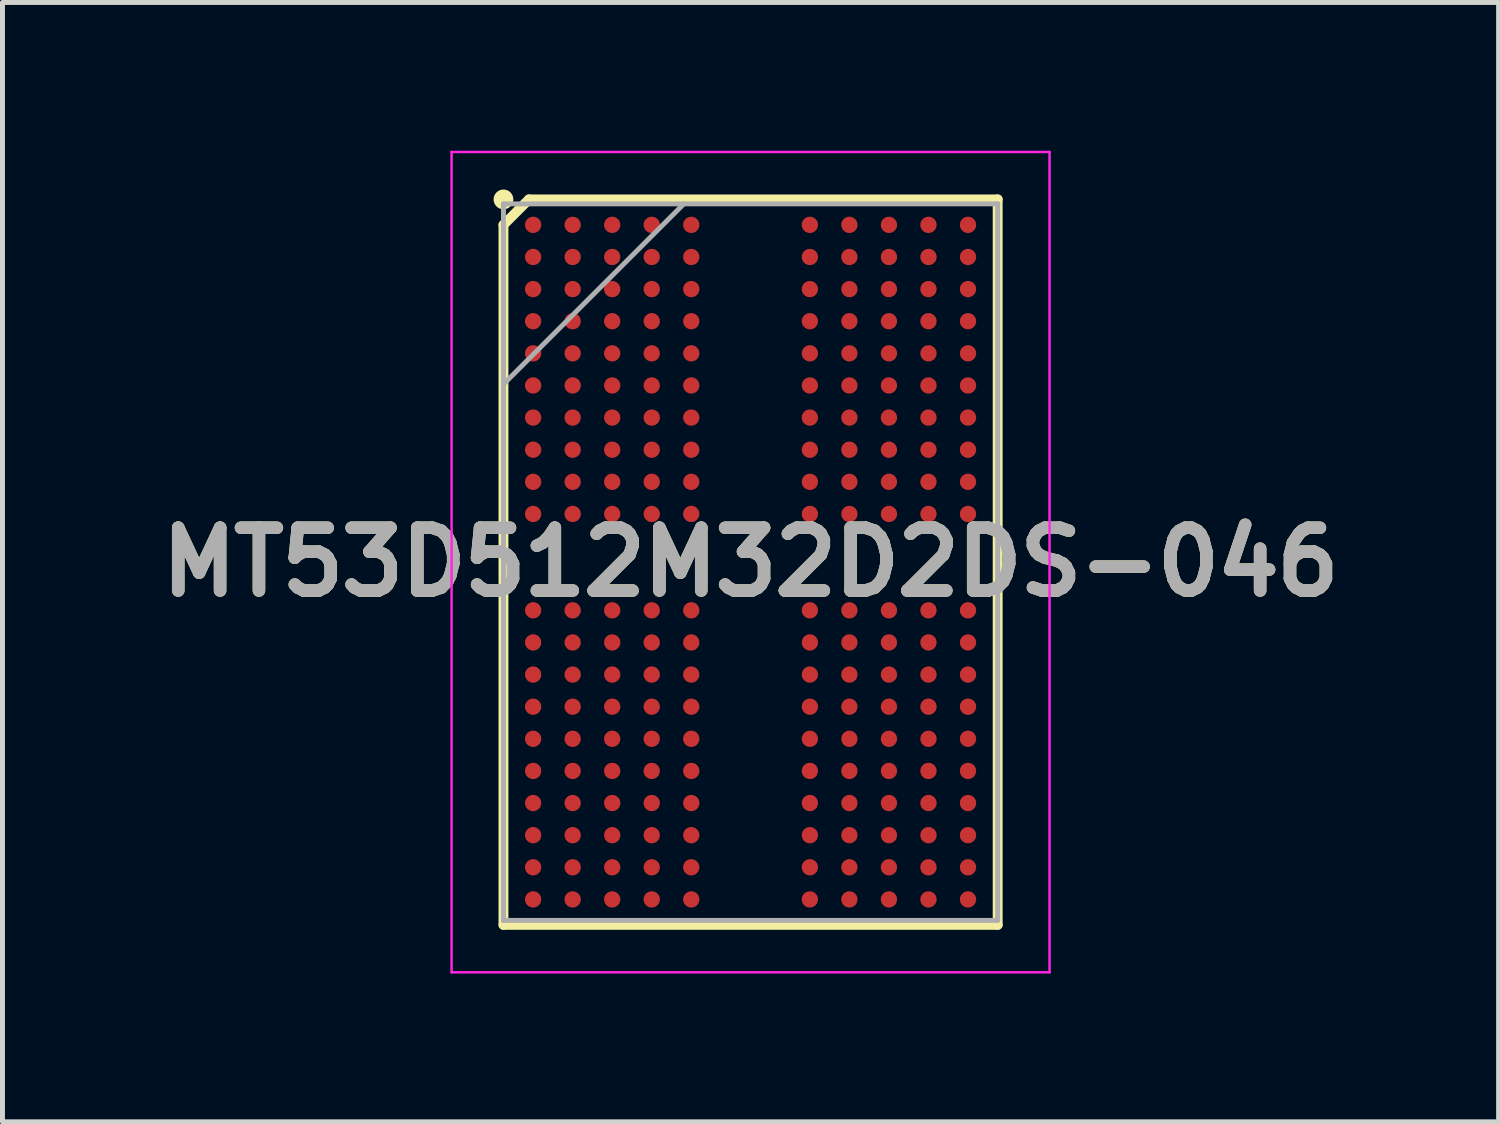
<source format=kicad_pcb>
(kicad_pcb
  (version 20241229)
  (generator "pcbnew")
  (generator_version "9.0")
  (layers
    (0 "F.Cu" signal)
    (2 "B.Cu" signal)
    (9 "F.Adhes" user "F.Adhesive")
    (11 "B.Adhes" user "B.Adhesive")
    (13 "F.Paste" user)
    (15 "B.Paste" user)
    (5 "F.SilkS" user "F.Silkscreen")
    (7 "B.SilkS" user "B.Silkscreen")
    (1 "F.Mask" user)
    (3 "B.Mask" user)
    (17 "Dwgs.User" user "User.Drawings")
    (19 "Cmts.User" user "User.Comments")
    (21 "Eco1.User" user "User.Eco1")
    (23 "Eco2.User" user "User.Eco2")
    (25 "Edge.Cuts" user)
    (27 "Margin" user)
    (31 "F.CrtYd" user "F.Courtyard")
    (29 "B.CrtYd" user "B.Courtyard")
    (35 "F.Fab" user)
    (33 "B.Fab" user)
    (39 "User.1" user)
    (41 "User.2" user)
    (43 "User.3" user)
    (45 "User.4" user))
  (footprint "MT53D512M32D2DS-046"
    (layer "F.Cu")
    (at 12.138 8.325)
    (property "Reference" "MT53D512M32D2DS-046" (at 0 0 0) (layer "F.SilkS") (effects (font (size 1.27 1.27) (thickness 0.254))))
    (attr smd)
    (fp_line (start -5 -6.825) (end -4.485 -7.34) (stroke (width 0.2) (type solid)) (layer "F.SilkS"))
    (fp_line (start -5 7.34) (end -5 -6.825) (stroke (width 0.2) (type solid)) (layer "F.SilkS"))
    (fp_line (start -4.485 -7.34) (end 5 -7.34) (stroke (width 0.2) (type solid)) (layer "F.SilkS"))
    (fp_line (start 5 -7.34) (end 5 7.34) (stroke (width 0.2) (type solid)) (layer "F.SilkS"))
    (fp_line (start 5 7.34) (end -5 7.34) (stroke (width 0.2) (type solid)) (layer "F.SilkS"))
    (fp_circle (center -5 -7.34) (end -5 -7.24) (stroke (width 0.2) (type solid)) (fill no) (layer "F.SilkS"))
    (fp_line (start -6.05 -8.3) (end 6.05 -8.3) (stroke (width 0.05) (type solid)) (layer "F.CrtYd"))
    (fp_line (start -6.05 8.3) (end -6.05 -8.3) (stroke (width 0.05) (type solid)) (layer "F.CrtYd"))
    (fp_line (start 6.05 -8.3) (end 6.05 8.3) (stroke (width 0.05) (type solid)) (layer "F.CrtYd"))
    (fp_line (start 6.05 8.3) (end -6.05 8.3) (stroke (width 0.05) (type solid)) (layer "F.CrtYd"))
    (fp_line (start -5 -7.25) (end 5 -7.25) (stroke (width 0.1) (type solid)) (layer "F.Fab"))
    (fp_line (start -5 -3.6) (end -1.35 -7.25) (stroke (width 0.1) (type solid)) (layer "F.Fab"))
    (fp_line (start -5 7.25) (end -5 -7.25) (stroke (width 0.1) (type solid)) (layer "F.Fab"))
    (fp_line (start 5 -7.25) (end 5 7.25) (stroke (width 0.1) (type solid)) (layer "F.Fab"))
    (fp_line (start 5 7.25) (end -5 7.25) (stroke (width 0.1) (type solid)) (layer "F.Fab"))
    (fp_text user "${REFERENCE}" (at 0 0 0) (layer "F.Fab") (effects (font (size 1.27 1.27) (thickness 0.254))))
    (pad "A1" smd circle (at -4.4 -6.825 90) (size 0.33 0.33) (layers "F.Cu" "F.Mask" "F.Paste"))
    (pad "A2" smd circle (at -3.6 -6.825 90) (size 0.33 0.33) (layers "F.Cu" "F.Mask" "F.Paste"))
    (pad "A3" smd circle (at -2.8 -6.825 90) (size 0.33 0.33) (layers "F.Cu" "F.Mask" "F.Paste"))
    (pad "A4" smd circle (at -2 -6.825 90) (size 0.33 0.33) (layers "F.Cu" "F.Mask" "F.Paste"))
    (pad "A5" smd circle (at -1.2 -6.825 90) (size 0.33 0.33) (layers "F.Cu" "F.Mask" "F.Paste"))
    (pad "A8" smd circle (at 1.2 -6.825 90) (size 0.33 0.33) (layers "F.Cu" "F.Mask" "F.Paste"))
    (pad "A9" smd circle (at 2 -6.825 90) (size 0.33 0.33) (layers "F.Cu" "F.Mask" "F.Paste"))
    (pad "A10" smd circle (at 2.8 -6.825 90) (size 0.33 0.33) (layers "F.Cu" "F.Mask" "F.Paste"))
    (pad "A11" smd circle (at 3.6 -6.825 90) (size 0.33 0.33) (layers "F.Cu" "F.Mask" "F.Paste"))
    (pad "A12" smd circle (at 4.4 -6.825 90) (size 0.33 0.33) (layers "F.Cu" "F.Mask" "F.Paste"))
    (pad "AA1" smd circle (at -4.4 6.175 90) (size 0.33 0.33) (layers "F.Cu" "F.Mask" "F.Paste"))
    (pad "AA2" smd circle (at -3.6 6.175 90) (size 0.33 0.33) (layers "F.Cu" "F.Mask" "F.Paste"))
    (pad "AA3" smd circle (at -2.8 6.175 90) (size 0.33 0.33) (layers "F.Cu" "F.Mask" "F.Paste"))
    (pad "AA4" smd circle (at -2 6.175 90) (size 0.33 0.33) (layers "F.Cu" "F.Mask" "F.Paste"))
    (pad "AA5" smd circle (at -1.2 6.175 90) (size 0.33 0.33) (layers "F.Cu" "F.Mask" "F.Paste"))
    (pad "AA8" smd circle (at 1.2 6.175 90) (size 0.33 0.33) (layers "F.Cu" "F.Mask" "F.Paste"))
    (pad "AA9" smd circle (at 2 6.175 90) (size 0.33 0.33) (layers "F.Cu" "F.Mask" "F.Paste"))
    (pad "AA10" smd circle (at 2.8 6.175 90) (size 0.33 0.33) (layers "F.Cu" "F.Mask" "F.Paste"))
    (pad "AA11" smd circle (at 3.6 6.175 90) (size 0.33 0.33) (layers "F.Cu" "F.Mask" "F.Paste"))
    (pad "AA12" smd circle (at 4.4 6.175 90) (size 0.33 0.33) (layers "F.Cu" "F.Mask" "F.Paste"))
    (pad "AB1" smd circle (at -4.4 6.825 90) (size 0.33 0.33) (layers "F.Cu" "F.Mask" "F.Paste"))
    (pad "AB2" smd circle (at -3.6 6.825 90) (size 0.33 0.33) (layers "F.Cu" "F.Mask" "F.Paste"))
    (pad "AB3" smd circle (at -2.8 6.825 90) (size 0.33 0.33) (layers "F.Cu" "F.Mask" "F.Paste"))
    (pad "AB4" smd circle (at -2 6.825 90) (size 0.33 0.33) (layers "F.Cu" "F.Mask" "F.Paste"))
    (pad "AB5" smd circle (at -1.2 6.825 90) (size 0.33 0.33) (layers "F.Cu" "F.Mask" "F.Paste"))
    (pad "AB8" smd circle (at 1.2 6.825 90) (size 0.33 0.33) (layers "F.Cu" "F.Mask" "F.Paste"))
    (pad "AB9" smd circle (at 2 6.825 90) (size 0.33 0.33) (layers "F.Cu" "F.Mask" "F.Paste"))
    (pad "AB10" smd circle (at 2.8 6.825 90) (size 0.33 0.33) (layers "F.Cu" "F.Mask" "F.Paste"))
    (pad "AB11" smd circle (at 3.6 6.825 90) (size 0.33 0.33) (layers "F.Cu" "F.Mask" "F.Paste"))
    (pad "AB12" smd circle (at 4.4 6.825 90) (size 0.33 0.33) (layers "F.Cu" "F.Mask" "F.Paste"))
    (pad "B1" smd circle (at -4.4 -6.175 90) (size 0.33 0.33) (layers "F.Cu" "F.Mask" "F.Paste"))
    (pad "B2" smd circle (at -3.6 -6.175 90) (size 0.33 0.33) (layers "F.Cu" "F.Mask" "F.Paste"))
    (pad "B3" smd circle (at -2.8 -6.175 90) (size 0.33 0.33) (layers "F.Cu" "F.Mask" "F.Paste"))
    (pad "B4" smd circle (at -2 -6.175 90) (size 0.33 0.33) (layers "F.Cu" "F.Mask" "F.Paste"))
    (pad "B5" smd circle (at -1.2 -6.175 90) (size 0.33 0.33) (layers "F.Cu" "F.Mask" "F.Paste"))
    (pad "B8" smd circle (at 1.2 -6.175 90) (size 0.33 0.33) (layers "F.Cu" "F.Mask" "F.Paste"))
    (pad "B9" smd circle (at 2 -6.175 90) (size 0.33 0.33) (layers "F.Cu" "F.Mask" "F.Paste"))
    (pad "B10" smd circle (at 2.8 -6.175 90) (size 0.33 0.33) (layers "F.Cu" "F.Mask" "F.Paste"))
    (pad "B11" smd circle (at 3.6 -6.175 90) (size 0.33 0.33) (layers "F.Cu" "F.Mask" "F.Paste"))
    (pad "B12" smd circle (at 4.4 -6.175 90) (size 0.33 0.33) (layers "F.Cu" "F.Mask" "F.Paste"))
    (pad "C1" smd circle (at -4.4 -5.525 90) (size 0.33 0.33) (layers "F.Cu" "F.Mask" "F.Paste"))
    (pad "C2" smd circle (at -3.6 -5.525 90) (size 0.33 0.33) (layers "F.Cu" "F.Mask" "F.Paste"))
    (pad "C3" smd circle (at -2.8 -5.525 90) (size 0.33 0.33) (layers "F.Cu" "F.Mask" "F.Paste"))
    (pad "C4" smd circle (at -2 -5.525 90) (size 0.33 0.33) (layers "F.Cu" "F.Mask" "F.Paste"))
    (pad "C5" smd circle (at -1.2 -5.525 90) (size 0.33 0.33) (layers "F.Cu" "F.Mask" "F.Paste"))
    (pad "C8" smd circle (at 1.2 -5.525 90) (size 0.33 0.33) (layers "F.Cu" "F.Mask" "F.Paste"))
    (pad "C9" smd circle (at 2 -5.525 90) (size 0.33 0.33) (layers "F.Cu" "F.Mask" "F.Paste"))
    (pad "C10" smd circle (at 2.8 -5.525 90) (size 0.33 0.33) (layers "F.Cu" "F.Mask" "F.Paste"))
    (pad "C11" smd circle (at 3.6 -5.525 90) (size 0.33 0.33) (layers "F.Cu" "F.Mask" "F.Paste"))
    (pad "C12" smd circle (at 4.4 -5.525 90) (size 0.33 0.33) (layers "F.Cu" "F.Mask" "F.Paste"))
    (pad "D1" smd circle (at -4.4 -4.875 90) (size 0.33 0.33) (layers "F.Cu" "F.Mask" "F.Paste"))
    (pad "D2" smd circle (at -3.6 -4.875 90) (size 0.33 0.33) (layers "F.Cu" "F.Mask" "F.Paste"))
    (pad "D3" smd circle (at -2.8 -4.875 90) (size 0.33 0.33) (layers "F.Cu" "F.Mask" "F.Paste"))
    (pad "D4" smd circle (at -2 -4.875 90) (size 0.33 0.33) (layers "F.Cu" "F.Mask" "F.Paste"))
    (pad "D5" smd circle (at -1.2 -4.875 90) (size 0.33 0.33) (layers "F.Cu" "F.Mask" "F.Paste"))
    (pad "D8" smd circle (at 1.2 -4.875 90) (size 0.33 0.33) (layers "F.Cu" "F.Mask" "F.Paste"))
    (pad "D9" smd circle (at 2 -4.875 90) (size 0.33 0.33) (layers "F.Cu" "F.Mask" "F.Paste"))
    (pad "D10" smd circle (at 2.8 -4.875 90) (size 0.33 0.33) (layers "F.Cu" "F.Mask" "F.Paste"))
    (pad "D11" smd circle (at 3.6 -4.875 90) (size 0.33 0.33) (layers "F.Cu" "F.Mask" "F.Paste"))
    (pad "D12" smd circle (at 4.4 -4.875 90) (size 0.33 0.33) (layers "F.Cu" "F.Mask" "F.Paste"))
    (pad "E1" smd circle (at -4.4 -4.225 90) (size 0.33 0.33) (layers "F.Cu" "F.Mask" "F.Paste"))
    (pad "E2" smd circle (at -3.6 -4.225 90) (size 0.33 0.33) (layers "F.Cu" "F.Mask" "F.Paste"))
    (pad "E3" smd circle (at -2.8 -4.225 90) (size 0.33 0.33) (layers "F.Cu" "F.Mask" "F.Paste"))
    (pad "E4" smd circle (at -2 -4.225 90) (size 0.33 0.33) (layers "F.Cu" "F.Mask" "F.Paste"))
    (pad "E5" smd circle (at -1.2 -4.225 90) (size 0.33 0.33) (layers "F.Cu" "F.Mask" "F.Paste"))
    (pad "E8" smd circle (at 1.2 -4.225 90) (size 0.33 0.33) (layers "F.Cu" "F.Mask" "F.Paste"))
    (pad "E9" smd circle (at 2 -4.225 90) (size 0.33 0.33) (layers "F.Cu" "F.Mask" "F.Paste"))
    (pad "E10" smd circle (at 2.8 -4.225 90) (size 0.33 0.33) (layers "F.Cu" "F.Mask" "F.Paste"))
    (pad "E11" smd circle (at 3.6 -4.225 90) (size 0.33 0.33) (layers "F.Cu" "F.Mask" "F.Paste"))
    (pad "E12" smd circle (at 4.4 -4.225 90) (size 0.33 0.33) (layers "F.Cu" "F.Mask" "F.Paste"))
    (pad "F1" smd circle (at -4.4 -3.575 90) (size 0.33 0.33) (layers "F.Cu" "F.Mask" "F.Paste"))
    (pad "F2" smd circle (at -3.6 -3.575 90) (size 0.33 0.33) (layers "F.Cu" "F.Mask" "F.Paste"))
    (pad "F3" smd circle (at -2.8 -3.575 90) (size 0.33 0.33) (layers "F.Cu" "F.Mask" "F.Paste"))
    (pad "F4" smd circle (at -2 -3.575 90) (size 0.33 0.33) (layers "F.Cu" "F.Mask" "F.Paste"))
    (pad "F5" smd circle (at -1.2 -3.575 90) (size 0.33 0.33) (layers "F.Cu" "F.Mask" "F.Paste"))
    (pad "F8" smd circle (at 1.2 -3.575 90) (size 0.33 0.33) (layers "F.Cu" "F.Mask" "F.Paste"))
    (pad "F9" smd circle (at 2 -3.575 90) (size 0.33 0.33) (layers "F.Cu" "F.Mask" "F.Paste"))
    (pad "F10" smd circle (at 2.8 -3.575 90) (size 0.33 0.33) (layers "F.Cu" "F.Mask" "F.Paste"))
    (pad "F11" smd circle (at 3.6 -3.575 90) (size 0.33 0.33) (layers "F.Cu" "F.Mask" "F.Paste"))
    (pad "F12" smd circle (at 4.4 -3.575 90) (size 0.33 0.33) (layers "F.Cu" "F.Mask" "F.Paste"))
    (pad "G1" smd circle (at -4.4 -2.925 90) (size 0.33 0.33) (layers "F.Cu" "F.Mask" "F.Paste"))
    (pad "G2" smd circle (at -3.6 -2.925 90) (size 0.33 0.33) (layers "F.Cu" "F.Mask" "F.Paste"))
    (pad "G3" smd circle (at -2.8 -2.925 90) (size 0.33 0.33) (layers "F.Cu" "F.Mask" "F.Paste"))
    (pad "G4" smd circle (at -2 -2.925 90) (size 0.33 0.33) (layers "F.Cu" "F.Mask" "F.Paste"))
    (pad "G5" smd circle (at -1.2 -2.925 90) (size 0.33 0.33) (layers "F.Cu" "F.Mask" "F.Paste"))
    (pad "G8" smd circle (at 1.2 -2.925 90) (size 0.33 0.33) (layers "F.Cu" "F.Mask" "F.Paste"))
    (pad "G9" smd circle (at 2 -2.925 90) (size 0.33 0.33) (layers "F.Cu" "F.Mask" "F.Paste"))
    (pad "G10" smd circle (at 2.8 -2.925 90) (size 0.33 0.33) (layers "F.Cu" "F.Mask" "F.Paste"))
    (pad "G11" smd circle (at 3.6 -2.925 90) (size 0.33 0.33) (layers "F.Cu" "F.Mask" "F.Paste"))
    (pad "G12" smd circle (at 4.4 -2.925 90) (size 0.33 0.33) (layers "F.Cu" "F.Mask" "F.Paste"))
    (pad "H1" smd circle (at -4.4 -2.275 90) (size 0.33 0.33) (layers "F.Cu" "F.Mask" "F.Paste"))
    (pad "H2" smd circle (at -3.6 -2.275 90) (size 0.33 0.33) (layers "F.Cu" "F.Mask" "F.Paste"))
    (pad "H3" smd circle (at -2.8 -2.275 90) (size 0.33 0.33) (layers "F.Cu" "F.Mask" "F.Paste"))
    (pad "H4" smd circle (at -2 -2.275 90) (size 0.33 0.33) (layers "F.Cu" "F.Mask" "F.Paste"))
    (pad "H5" smd circle (at -1.2 -2.275 90) (size 0.33 0.33) (layers "F.Cu" "F.Mask" "F.Paste"))
    (pad "H8" smd circle (at 1.2 -2.275 90) (size 0.33 0.33) (layers "F.Cu" "F.Mask" "F.Paste"))
    (pad "H9" smd circle (at 2 -2.275 90) (size 0.33 0.33) (layers "F.Cu" "F.Mask" "F.Paste"))
    (pad "H10" smd circle (at 2.8 -2.275 90) (size 0.33 0.33) (layers "F.Cu" "F.Mask" "F.Paste"))
    (pad "H11" smd circle (at 3.6 -2.275 90) (size 0.33 0.33) (layers "F.Cu" "F.Mask" "F.Paste"))
    (pad "H12" smd circle (at 4.4 -2.275 90) (size 0.33 0.33) (layers "F.Cu" "F.Mask" "F.Paste"))
    (pad "J1" smd circle (at -4.4 -1.625 90) (size 0.33 0.33) (layers "F.Cu" "F.Mask" "F.Paste"))
    (pad "J2" smd circle (at -3.6 -1.625 90) (size 0.33 0.33) (layers "F.Cu" "F.Mask" "F.Paste"))
    (pad "J3" smd circle (at -2.8 -1.625 90) (size 0.33 0.33) (layers "F.Cu" "F.Mask" "F.Paste"))
    (pad "J4" smd circle (at -2 -1.625 90) (size 0.33 0.33) (layers "F.Cu" "F.Mask" "F.Paste"))
    (pad "J5" smd circle (at -1.2 -1.625 90) (size 0.33 0.33) (layers "F.Cu" "F.Mask" "F.Paste"))
    (pad "J8" smd circle (at 1.2 -1.625 90) (size 0.33 0.33) (layers "F.Cu" "F.Mask" "F.Paste"))
    (pad "J9" smd circle (at 2 -1.625 90) (size 0.33 0.33) (layers "F.Cu" "F.Mask" "F.Paste"))
    (pad "J10" smd circle (at 2.8 -1.625 90) (size 0.33 0.33) (layers "F.Cu" "F.Mask" "F.Paste"))
    (pad "J11" smd circle (at 3.6 -1.625 90) (size 0.33 0.33) (layers "F.Cu" "F.Mask" "F.Paste"))
    (pad "J12" smd circle (at 4.4 -1.625 90) (size 0.33 0.33) (layers "F.Cu" "F.Mask" "F.Paste"))
    (pad "K1" smd circle (at -4.4 -0.975 90) (size 0.33 0.33) (layers "F.Cu" "F.Mask" "F.Paste"))
    (pad "K2" smd circle (at -3.6 -0.975 90) (size 0.33 0.33) (layers "F.Cu" "F.Mask" "F.Paste"))
    (pad "K3" smd circle (at -2.8 -0.975 90) (size 0.33 0.33) (layers "F.Cu" "F.Mask" "F.Paste"))
    (pad "K4" smd circle (at -2 -0.975 90) (size 0.33 0.33) (layers "F.Cu" "F.Mask" "F.Paste"))
    (pad "K5" smd circle (at -1.2 -0.975 90) (size 0.33 0.33) (layers "F.Cu" "F.Mask" "F.Paste"))
    (pad "K8" smd circle (at 1.2 -0.975 90) (size 0.33 0.33) (layers "F.Cu" "F.Mask" "F.Paste"))
    (pad "K9" smd circle (at 2 -0.975 90) (size 0.33 0.33) (layers "F.Cu" "F.Mask" "F.Paste"))
    (pad "K10" smd circle (at 2.8 -0.975 90) (size 0.33 0.33) (layers "F.Cu" "F.Mask" "F.Paste"))
    (pad "K11" smd circle (at 3.6 -0.975 90) (size 0.33 0.33) (layers "F.Cu" "F.Mask" "F.Paste"))
    (pad "K12" smd circle (at 4.4 -0.975 90) (size 0.33 0.33) (layers "F.Cu" "F.Mask" "F.Paste"))
    (pad "N1" smd circle (at -4.4 0.975 90) (size 0.33 0.33) (layers "F.Cu" "F.Mask" "F.Paste"))
    (pad "N2" smd circle (at -3.6 0.975 90) (size 0.33 0.33) (layers "F.Cu" "F.Mask" "F.Paste"))
    (pad "N3" smd circle (at -2.8 0.975 90) (size 0.33 0.33) (layers "F.Cu" "F.Mask" "F.Paste"))
    (pad "N4" smd circle (at -2 0.975 90) (size 0.33 0.33) (layers "F.Cu" "F.Mask" "F.Paste"))
    (pad "N5" smd circle (at -1.2 0.975 90) (size 0.33 0.33) (layers "F.Cu" "F.Mask" "F.Paste"))
    (pad "N8" smd circle (at 1.2 0.975 90) (size 0.33 0.33) (layers "F.Cu" "F.Mask" "F.Paste"))
    (pad "N9" smd circle (at 2 0.975 90) (size 0.33 0.33) (layers "F.Cu" "F.Mask" "F.Paste"))
    (pad "N10" smd circle (at 2.8 0.975 90) (size 0.33 0.33) (layers "F.Cu" "F.Mask" "F.Paste"))
    (pad "N11" smd circle (at 3.6 0.975 90) (size 0.33 0.33) (layers "F.Cu" "F.Mask" "F.Paste"))
    (pad "N12" smd circle (at 4.4 0.975 90) (size 0.33 0.33) (layers "F.Cu" "F.Mask" "F.Paste"))
    (pad "P1" smd circle (at -4.4 1.625 90) (size 0.33 0.33) (layers "F.Cu" "F.Mask" "F.Paste"))
    (pad "P2" smd circle (at -3.6 1.625 90) (size 0.33 0.33) (layers "F.Cu" "F.Mask" "F.Paste"))
    (pad "P3" smd circle (at -2.8 1.625 90) (size 0.33 0.33) (layers "F.Cu" "F.Mask" "F.Paste"))
    (pad "P4" smd circle (at -2 1.625 90) (size 0.33 0.33) (layers "F.Cu" "F.Mask" "F.Paste"))
    (pad "P5" smd circle (at -1.2 1.625 90) (size 0.33 0.33) (layers "F.Cu" "F.Mask" "F.Paste"))
    (pad "P8" smd circle (at 1.2 1.625 90) (size 0.33 0.33) (layers "F.Cu" "F.Mask" "F.Paste"))
    (pad "P9" smd circle (at 2 1.625 90) (size 0.33 0.33) (layers "F.Cu" "F.Mask" "F.Paste"))
    (pad "P10" smd circle (at 2.8 1.625 90) (size 0.33 0.33) (layers "F.Cu" "F.Mask" "F.Paste"))
    (pad "P11" smd circle (at 3.6 1.625 90) (size 0.33 0.33) (layers "F.Cu" "F.Mask" "F.Paste"))
    (pad "P12" smd circle (at 4.4 1.625 90) (size 0.33 0.33) (layers "F.Cu" "F.Mask" "F.Paste"))
    (pad "R1" smd circle (at -4.4 2.275 90) (size 0.33 0.33) (layers "F.Cu" "F.Mask" "F.Paste"))
    (pad "R2" smd circle (at -3.6 2.275 90) (size 0.33 0.33) (layers "F.Cu" "F.Mask" "F.Paste"))
    (pad "R3" smd circle (at -2.8 2.275 90) (size 0.33 0.33) (layers "F.Cu" "F.Mask" "F.Paste"))
    (pad "R4" smd circle (at -2 2.275 90) (size 0.33 0.33) (layers "F.Cu" "F.Mask" "F.Paste"))
    (pad "R5" smd circle (at -1.2 2.275 90) (size 0.33 0.33) (layers "F.Cu" "F.Mask" "F.Paste"))
    (pad "R8" smd circle (at 1.2 2.275 90) (size 0.33 0.33) (layers "F.Cu" "F.Mask" "F.Paste"))
    (pad "R9" smd circle (at 2 2.275 90) (size 0.33 0.33) (layers "F.Cu" "F.Mask" "F.Paste"))
    (pad "R10" smd circle (at 2.8 2.275 90) (size 0.33 0.33) (layers "F.Cu" "F.Mask" "F.Paste"))
    (pad "R11" smd circle (at 3.6 2.275 90) (size 0.33 0.33) (layers "F.Cu" "F.Mask" "F.Paste"))
    (pad "R12" smd circle (at 4.4 2.275 90) (size 0.33 0.33) (layers "F.Cu" "F.Mask" "F.Paste"))
    (pad "T1" smd circle (at -4.4 2.925 90) (size 0.33 0.33) (layers "F.Cu" "F.Mask" "F.Paste"))
    (pad "T2" smd circle (at -3.6 2.925 90) (size 0.33 0.33) (layers "F.Cu" "F.Mask" "F.Paste"))
    (pad "T3" smd circle (at -2.8 2.925 90) (size 0.33 0.33) (layers "F.Cu" "F.Mask" "F.Paste"))
    (pad "T4" smd circle (at -2 2.925 90) (size 0.33 0.33) (layers "F.Cu" "F.Mask" "F.Paste"))
    (pad "T5" smd circle (at -1.2 2.925 90) (size 0.33 0.33) (layers "F.Cu" "F.Mask" "F.Paste"))
    (pad "T8" smd circle (at 1.2 2.925 90) (size 0.33 0.33) (layers "F.Cu" "F.Mask" "F.Paste"))
    (pad "T9" smd circle (at 2 2.925 90) (size 0.33 0.33) (layers "F.Cu" "F.Mask" "F.Paste"))
    (pad "T10" smd circle (at 2.8 2.925 90) (size 0.33 0.33) (layers "F.Cu" "F.Mask" "F.Paste"))
    (pad "T11" smd circle (at 3.6 2.925 90) (size 0.33 0.33) (layers "F.Cu" "F.Mask" "F.Paste"))
    (pad "T12" smd circle (at 4.4 2.925 90) (size 0.33 0.33) (layers "F.Cu" "F.Mask" "F.Paste"))
    (pad "U1" smd circle (at -4.4 3.575 90) (size 0.33 0.33) (layers "F.Cu" "F.Mask" "F.Paste"))
    (pad "U2" smd circle (at -3.6 3.575 90) (size 0.33 0.33) (layers "F.Cu" "F.Mask" "F.Paste"))
    (pad "U3" smd circle (at -2.8 3.575 90) (size 0.33 0.33) (layers "F.Cu" "F.Mask" "F.Paste"))
    (pad "U4" smd circle (at -2 3.575 90) (size 0.33 0.33) (layers "F.Cu" "F.Mask" "F.Paste"))
    (pad "U5" smd circle (at -1.2 3.575 90) (size 0.33 0.33) (layers "F.Cu" "F.Mask" "F.Paste"))
    (pad "U8" smd circle (at 1.2 3.575 90) (size 0.33 0.33) (layers "F.Cu" "F.Mask" "F.Paste"))
    (pad "U9" smd circle (at 2 3.575 90) (size 0.33 0.33) (layers "F.Cu" "F.Mask" "F.Paste"))
    (pad "U10" smd circle (at 2.8 3.575 90) (size 0.33 0.33) (layers "F.Cu" "F.Mask" "F.Paste"))
    (pad "U11" smd circle (at 3.6 3.575 90) (size 0.33 0.33) (layers "F.Cu" "F.Mask" "F.Paste"))
    (pad "U12" smd circle (at 4.4 3.575 90) (size 0.33 0.33) (layers "F.Cu" "F.Mask" "F.Paste"))
    (pad "V1" smd circle (at -4.4 4.225 90) (size 0.33 0.33) (layers "F.Cu" "F.Mask" "F.Paste"))
    (pad "V2" smd circle (at -3.6 4.225 90) (size 0.33 0.33) (layers "F.Cu" "F.Mask" "F.Paste"))
    (pad "V3" smd circle (at -2.8 4.225 90) (size 0.33 0.33) (layers "F.Cu" "F.Mask" "F.Paste"))
    (pad "V4" smd circle (at -2 4.225 90) (size 0.33 0.33) (layers "F.Cu" "F.Mask" "F.Paste"))
    (pad "V5" smd circle (at -1.2 4.225 90) (size 0.33 0.33) (layers "F.Cu" "F.Mask" "F.Paste"))
    (pad "V8" smd circle (at 1.2 4.225 90) (size 0.33 0.33) (layers "F.Cu" "F.Mask" "F.Paste"))
    (pad "V9" smd circle (at 2 4.225 90) (size 0.33 0.33) (layers "F.Cu" "F.Mask" "F.Paste"))
    (pad "V10" smd circle (at 2.8 4.225 90) (size 0.33 0.33) (layers "F.Cu" "F.Mask" "F.Paste"))
    (pad "V11" smd circle (at 3.6 4.225 90) (size 0.33 0.33) (layers "F.Cu" "F.Mask" "F.Paste"))
    (pad "V12" smd circle (at 4.4 4.225 90) (size 0.33 0.33) (layers "F.Cu" "F.Mask" "F.Paste"))
    (pad "W1" smd circle (at -4.4 4.875 90) (size 0.33 0.33) (layers "F.Cu" "F.Mask" "F.Paste"))
    (pad "W2" smd circle (at -3.6 4.875 90) (size 0.33 0.33) (layers "F.Cu" "F.Mask" "F.Paste"))
    (pad "W3" smd circle (at -2.8 4.875 90) (size 0.33 0.33) (layers "F.Cu" "F.Mask" "F.Paste"))
    (pad "W4" smd circle (at -2 4.875 90) (size 0.33 0.33) (layers "F.Cu" "F.Mask" "F.Paste"))
    (pad "W5" smd circle (at -1.2 4.875 90) (size 0.33 0.33) (layers "F.Cu" "F.Mask" "F.Paste"))
    (pad "W8" smd circle (at 1.2 4.875 90) (size 0.33 0.33) (layers "F.Cu" "F.Mask" "F.Paste"))
    (pad "W9" smd circle (at 2 4.875 90) (size 0.33 0.33) (layers "F.Cu" "F.Mask" "F.Paste"))
    (pad "W10" smd circle (at 2.8 4.875 90) (size 0.33 0.33) (layers "F.Cu" "F.Mask" "F.Paste"))
    (pad "W11" smd circle (at 3.6 4.875 90) (size 0.33 0.33) (layers "F.Cu" "F.Mask" "F.Paste"))
    (pad "W12" smd circle (at 4.4 4.875 90) (size 0.33 0.33) (layers "F.Cu" "F.Mask" "F.Paste"))
    (pad "Y1" smd circle (at -4.4 5.525 90) (size 0.33 0.33) (layers "F.Cu" "F.Mask" "F.Paste"))
    (pad "Y2" smd circle (at -3.6 5.525 90) (size 0.33 0.33) (layers "F.Cu" "F.Mask" "F.Paste"))
    (pad "Y3" smd circle (at -2.8 5.525 90) (size 0.33 0.33) (layers "F.Cu" "F.Mask" "F.Paste"))
    (pad "Y4" smd circle (at -2 5.525 90) (size 0.33 0.33) (layers "F.Cu" "F.Mask" "F.Paste"))
    (pad "Y5" smd circle (at -1.2 5.525 90) (size 0.33 0.33) (layers "F.Cu" "F.Mask" "F.Paste"))
    (pad "Y8" smd circle (at 1.2 5.525 90) (size 0.33 0.33) (layers "F.Cu" "F.Mask" "F.Paste"))
    (pad "Y9" smd circle (at 2 5.525 90) (size 0.33 0.33) (layers "F.Cu" "F.Mask" "F.Paste"))
    (pad "Y10" smd circle (at 2.8 5.525 90) (size 0.33 0.33) (layers "F.Cu" "F.Mask" "F.Paste"))
    (pad "Y11" smd circle (at 3.6 5.525 90) (size 0.33 0.33) (layers "F.Cu" "F.Mask" "F.Paste"))
    (pad "Y12" smd circle (at 4.4 5.525 90) (size 0.33 0.33) (layers "F.Cu" "F.Mask" "F.Paste")))
  (gr_rect
    (start -3 -3)
    (end 27.275 19.65)
    (stroke (width 0.1) (type default))
    (fill no)
    (layer "Edge.Cuts")))
</source>
